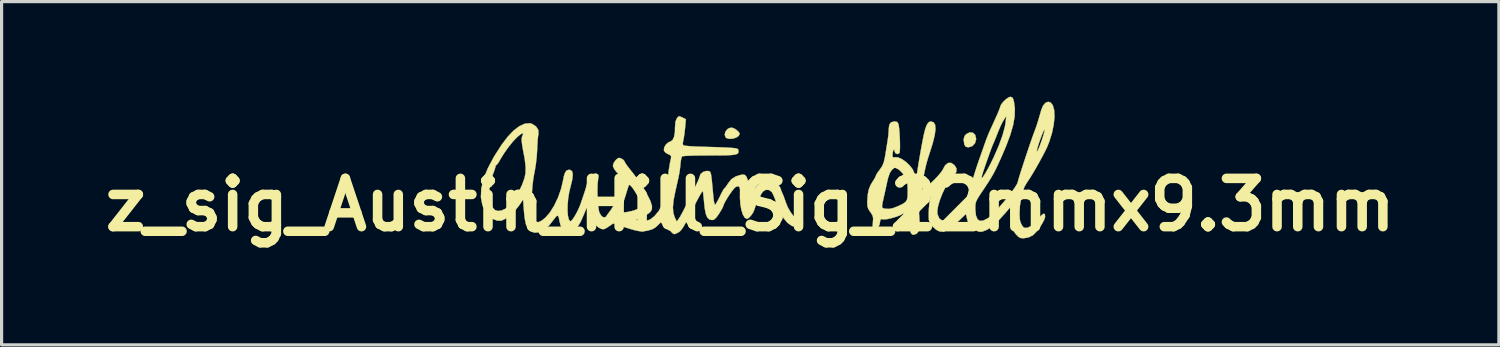
<source format=kicad_pcb>
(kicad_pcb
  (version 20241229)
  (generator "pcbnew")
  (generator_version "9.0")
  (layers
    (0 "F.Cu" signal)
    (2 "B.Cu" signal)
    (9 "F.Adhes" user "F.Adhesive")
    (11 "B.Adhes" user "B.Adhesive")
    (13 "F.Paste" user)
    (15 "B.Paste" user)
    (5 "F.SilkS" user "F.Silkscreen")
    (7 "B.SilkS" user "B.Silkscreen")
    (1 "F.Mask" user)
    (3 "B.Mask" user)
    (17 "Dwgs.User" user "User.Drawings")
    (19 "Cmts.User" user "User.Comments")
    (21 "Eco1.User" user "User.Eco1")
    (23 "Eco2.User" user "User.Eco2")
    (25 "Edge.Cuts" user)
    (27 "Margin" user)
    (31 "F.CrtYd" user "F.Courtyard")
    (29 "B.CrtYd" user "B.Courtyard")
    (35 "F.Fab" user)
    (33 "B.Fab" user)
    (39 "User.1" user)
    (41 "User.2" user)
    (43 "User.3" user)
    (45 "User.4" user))
  (footprint "z_sig_Austin_Hill_Sig_22mmx9.3mm"
    (layer "F.Cu")
    (at 20.618 3.411)
    (property "Reference" "z_sig_Austin_Hill_Sig_22mmx9.3mm" (at 0 0 0) (layer "F.SilkS") (effects (font (size 1.524 1.524) (thickness 0.3))))
    (attr through_hole)
    (fp_poly (pts (xy 7.024 -2.275) (xy 7.096 -2.206) (xy 7.125 -2.088) (xy 7.125 -2.064) (xy 7.088 -1.939) (xy 7.003 -1.85) (xy 6.886 -1.814) (xy 6.882 -1.814) (xy 6.799 -1.831) (xy 6.757 -1.895) (xy 6.751 -1.916) (xy 6.731 -2.063) (xy 6.76 -2.17) (xy 6.815 -2.231) (xy 6.926 -2.286) (xy 7.024 -2.275)) (stroke (width 0.01) (type solid)) (fill yes) (layer "F.SilkS"))
    (fp_poly (pts (xy -0.493 -2.402) (xy -0.449 -2.373) (xy -0.374 -2.308) (xy -0.335 -2.251) (xy -0.333 -2.242) (xy -0.366 -2.173) (xy -0.448 -2.119) (xy -0.557 -2.086) (xy -0.667 -2.08) (xy -0.755 -2.108) (xy -0.776 -2.127) (xy -0.806 -2.214) (xy -0.782 -2.311) (xy -0.714 -2.392) (xy -0.661 -2.421) (xy -0.577 -2.434) (xy -0.493 -2.402)) (stroke (width 0.01) (type solid)) (fill yes) (layer "F.SilkS"))
    (fp_poly (pts (xy 8.259 -3.393) (xy 8.295 -3.339) (xy 8.32 -3.249) (xy 8.348 -3.029) (xy 8.34 -2.787) (xy 8.293 -2.518) (xy 8.205 -2.211) (xy 8.074 -1.86) (xy 7.944 -1.555) (xy 7.841 -1.327) (xy 7.758 -1.149) (xy 7.683 -1.002) (xy 7.607 -0.868) (xy 7.52 -0.727) (xy 7.412 -0.563) (xy 7.357 -0.481) (xy 7.249 -0.32) (xy 7.176 -0.204) (xy 7.131 -0.116) (xy 7.108 -0.042) (xy 7.1 0.035) (xy 7.1 0.131) (xy 7.1 0.143) (xy 7.119 0.332) (xy 7.167 0.454) (xy 7.245 0.508) (xy 7.355 0.497) (xy 7.5 0.422) (xy 7.508 0.417) (xy 7.599 0.343) (xy 7.714 0.229) (xy 7.845 0.087) (xy 7.983 -0.073) (xy 8.119 -0.237) (xy 8.241 -0.396) (xy 8.342 -0.537) (xy 8.412 -0.649) (xy 8.442 -0.72) (xy 8.442 -0.725) (xy 8.453 -0.774) (xy 8.485 -0.881) (xy 8.532 -1.033) (xy 8.592 -1.217) (xy 8.659 -1.422) (xy 8.73 -1.635) (xy 8.746 -1.682) (xy 9.041 -1.682) (xy 9.056 -1.688) (xy 9.089 -1.753) (xy 9.136 -1.869) (xy 9.195 -2.032) (xy 9.2 -2.047) (xy 9.244 -2.185) (xy 9.275 -2.297) (xy 9.287 -2.365) (xy 9.286 -2.373) (xy 9.27 -2.359) (xy 9.237 -2.291) (xy 9.194 -2.186) (xy 9.147 -2.061) (xy 9.102 -1.933) (xy 9.067 -1.819) (xy 9.047 -1.74) (xy 9.041 -1.682) (xy 8.746 -1.682) (xy 8.8 -1.844) (xy 8.866 -2.035) (xy 8.923 -2.197) (xy 8.967 -2.318) (xy 8.981 -2.351) (xy 9.029 -2.485) (xy 9.088 -2.672) (xy 9.153 -2.893) (xy 9.178 -2.984) (xy 9.236 -3.126) (xy 9.313 -3.217) (xy 9.398 -3.251) (xy 9.48 -3.224) (xy 9.545 -3.139) (xy 9.588 -2.981) (xy 9.597 -2.773) (xy 9.573 -2.529) (xy 9.518 -2.265) (xy 9.434 -1.994) (xy 9.362 -1.814) (xy 9.305 -1.697) (xy 9.223 -1.539) (xy 9.125 -1.359) (xy 9.022 -1.176) (xy 8.924 -1.008) (xy 8.841 -0.872) (xy 8.791 -0.796) (xy 8.715 -0.681) (xy 8.649 -0.565) (xy 8.611 -0.461) (xy 8.571 -0.307) (xy 8.533 -0.125) (xy 8.502 0.06) (xy 8.483 0.225) (xy 8.48 0.307) (xy 8.495 0.442) (xy 8.534 0.574) (xy 8.589 0.677) (xy 8.645 0.727) (xy 8.746 0.727) (xy 8.869 0.663) (xy 9.005 0.537) (xy 9.07 0.461) (xy 9.177 0.338) (xy 9.252 0.282) (xy 9.293 0.291) (xy 9.301 0.367) (xy 9.299 0.391) (xy 9.267 0.484) (xy 9.199 0.609) (xy 9.109 0.744) (xy 9.011 0.867) (xy 8.921 0.957) (xy 8.918 0.959) (xy 8.78 1.028) (xy 8.618 1.056) (xy 8.529 1.048) (xy 8.461 1.01) (xy 8.381 0.93) (xy 8.346 0.883) (xy 8.294 0.8) (xy 8.261 0.716) (xy 8.241 0.609) (xy 8.229 0.457) (xy 8.226 0.401) (xy 8.21 0.068) (xy 8.041 0.265) (xy 7.827 0.5) (xy 7.64 0.672) (xy 7.476 0.785) (xy 7.329 0.842) (xy 7.245 0.852) (xy 7.168 0.831) (xy 7.067 0.78) (xy 7.031 0.756) (xy 6.935 0.674) (xy 6.878 0.575) (xy 6.848 0.475) (xy 6.804 0.289) (xy 6.577 0.506) (xy 6.387 0.677) (xy 6.231 0.788) (xy 6.098 0.843) (xy 5.981 0.843) (xy 5.871 0.791) (xy 5.77 0.702) (xy 5.696 0.62) (xy 5.654 0.553) (xy 5.634 0.475) (xy 5.629 0.361) (xy 5.629 0.285) (xy 5.635 0.123) (xy 5.649 -0.035) (xy 5.667 -0.144) (xy 5.687 -0.244) (xy 5.693 -0.309) (xy 5.691 -0.319) (xy 5.657 -0.307) (xy 5.584 -0.261) (xy 5.535 -0.227) (xy 5.417 -0.104) (xy 5.347 0.057) (xy 5.324 0.263) (xy 5.337 0.461) (xy 5.349 0.658) (xy 5.327 0.797) (xy 5.271 0.89) (xy 5.22 0.926) (xy 5.131 0.947) (xy 5.071 0.9) (xy 5.04 0.786) (xy 5.036 0.695) (xy 5.028 0.573) (xy 5 0.496) (xy 4.943 0.438) (xy 4.878 0.37) (xy 4.85 0.308) (xy 4.85 0.308) (xy 4.837 0.271) (xy 4.804 0.288) (xy 4.726 0.331) (xy 4.605 0.377) (xy 4.465 0.418) (xy 4.331 0.449) (xy 4.229 0.461) (xy 4.198 0.458) (xy 4.131 0.453) (xy 4.107 0.468) (xy 4.078 0.623) (xy 4.026 0.726) (xy 3.956 0.771) (xy 3.907 0.765) (xy 3.872 0.736) (xy 3.86 0.676) (xy 3.868 0.563) (xy 3.869 0.552) (xy 3.877 0.43) (xy 3.861 0.344) (xy 3.811 0.259) (xy 3.787 0.228) (xy 3.724 0.131) (xy 3.705 0.068) (xy 4.159 0.068) (xy 4.176 0.101) (xy 4.213 0.116) (xy 4.246 0.122) (xy 4.371 0.13) (xy 4.496 0.107) (xy 4.65 0.048) (xy 4.671 0.039) (xy 4.811 -0.028) (xy 4.898 -0.088) (xy 4.945 -0.161) (xy 4.964 -0.267) (xy 4.967 -0.425) (xy 4.967 -0.445) (xy 4.962 -0.612) (xy 4.946 -0.73) (xy 4.914 -0.826) (xy 4.874 -0.901) (xy 4.794 -1.01) (xy 4.701 -1.1) (xy 4.669 -1.122) (xy 4.59 -1.164) (xy 4.54 -1.163) (xy 4.484 -1.118) (xy 4.467 -1.101) (xy 4.403 -1.004) (xy 4.348 -0.846) (xy 4.318 -0.72) (xy 4.283 -0.558) (xy 4.249 -0.403) (xy 4.223 -0.287) (xy 4.221 -0.278) (xy 4.183 -0.108) (xy 4.162 0.002) (xy 4.159 0.068) (xy 3.705 0.068) (xy 3.695 0.038) (xy 3.691 -0.089) (xy 3.691 -0.111) (xy 3.707 -0.324) (xy 3.74 -0.487) (xy 3.797 -0.627) (xy 3.856 -0.724) (xy 3.917 -0.82) (xy 3.955 -0.894) (xy 3.962 -0.917) (xy 3.983 -0.964) (xy 4.038 -1.046) (xy 4.087 -1.11) (xy 4.161 -1.219) (xy 4.21 -1.334) (xy 4.246 -1.486) (xy 4.257 -1.551) (xy 4.285 -1.723) (xy 4.313 -1.898) (xy 4.335 -2.034) (xy 4.355 -2.182) (xy 4.367 -2.33) (xy 4.369 -2.388) (xy 4.385 -2.523) (xy 4.438 -2.6) (xy 4.536 -2.628) (xy 4.559 -2.629) (xy 4.637 -2.613) (xy 4.674 -2.55) (xy 4.68 -2.527) (xy 4.696 -2.413) (xy 4.709 -2.263) (xy 4.718 -2.097) (xy 4.723 -1.932) (xy 4.723 -1.787) (xy 4.717 -1.681) (xy 4.707 -1.633) (xy 4.652 -1.601) (xy 4.589 -1.618) (xy 4.555 -1.674) (xy 4.554 -1.684) (xy 4.545 -1.739) (xy 4.524 -1.736) (xy 4.502 -1.685) (xy 4.489 -1.61) (xy 4.488 -1.524) (xy 4.509 -1.494) (xy 4.566 -1.501) (xy 4.569 -1.502) (xy 4.67 -1.494) (xy 4.793 -1.437) (xy 4.922 -1.345) (xy 5.04 -1.231) (xy 5.129 -1.109) (xy 5.169 -1.015) (xy 5.198 -0.952) (xy 5.234 -0.923) (xy 5.257 -0.94) (xy 5.258 -0.953) (xy 5.266 -1.021) (xy 5.285 -1.15) (xy 5.314 -1.329) (xy 5.351 -1.546) (xy 5.394 -1.791) (xy 5.421 -1.939) (xy 5.471 -2.193) (xy 5.517 -2.38) (xy 5.563 -2.509) (xy 5.612 -2.588) (xy 5.666 -2.624) (xy 5.698 -2.629) (xy 5.784 -2.603) (xy 5.832 -2.524) (xy 5.844 -2.389) (xy 5.819 -2.196) (xy 5.756 -1.943) (xy 5.673 -1.677) (xy 5.609 -1.48) (xy 5.559 -1.308) (xy 5.518 -1.14) (xy 5.48 -0.952) (xy 5.441 -0.722) (xy 5.425 -0.62) (xy 5.418 -0.532) (xy 5.429 -0.484) (xy 5.434 -0.481) (xy 5.488 -0.507) (xy 5.576 -0.575) (xy 5.685 -0.673) (xy 5.802 -0.786) (xy 5.913 -0.902) (xy 6.004 -1.007) (xy 6.061 -1.088) (xy 6.071 -1.106) (xy 6.149 -1.247) (xy 6.24 -1.32) (xy 6.338 -1.323) (xy 6.439 -1.254) (xy 6.441 -1.252) (xy 6.505 -1.151) (xy 6.504 -1.047) (xy 6.437 -0.931) (xy 6.367 -0.854) (xy 6.261 -0.725) (xy 6.158 -0.554) (xy 6.063 -0.359) (xy 5.984 -0.158) (xy 5.927 0.032) (xy 5.901 0.194) (xy 5.907 0.296) (xy 5.961 0.426) (xy 6.042 0.489) (xy 6.151 0.484) (xy 6.287 0.411) (xy 6.453 0.271) (xy 6.517 0.206) (xy 6.628 0.087) (xy 6.722 -0.021) (xy 6.785 -0.101) (xy 6.799 -0.123) (xy 6.826 -0.189) (xy 6.867 -0.309) (xy 6.918 -0.466) (xy 6.972 -0.646) (xy 6.976 -0.659) (xy 7.035 -0.854) (xy 7.295 -0.854) (xy 7.309 -0.845) (xy 7.35 -0.893) (xy 7.412 -0.988) (xy 7.488 -1.12) (xy 7.572 -1.28) (xy 7.66 -1.457) (xy 7.683 -1.505) (xy 7.841 -1.867) (xy 7.958 -2.187) (xy 8.032 -2.459) (xy 8.054 -2.592) (xy 8.078 -2.795) (xy 8.001 -2.684) (xy 7.95 -2.597) (xy 7.887 -2.465) (xy 7.823 -2.314) (xy 7.811 -2.283) (xy 7.755 -2.141) (xy 7.706 -2.021) (xy 7.673 -1.943) (xy 7.668 -1.931) (xy 7.635 -1.855) (xy 7.595 -1.752) (xy 7.591 -1.74) (xy 7.484 -1.442) (xy 7.403 -1.208) (xy 7.345 -1.036) (xy 7.31 -0.922) (xy 7.295 -0.86) (xy 7.295 -0.854) (xy 7.035 -0.854) (xy 7.038 -0.864) (xy 7.103 -1.072) (xy 7.163 -1.257) (xy 7.206 -1.381) (xy 7.269 -1.56) (xy 7.338 -1.756) (xy 7.389 -1.902) (xy 7.444 -2.056) (xy 7.503 -2.206) (xy 7.546 -2.309) (xy 7.595 -2.416) (xy 7.662 -2.563) (xy 7.734 -2.722) (xy 7.751 -2.76) (xy 7.812 -2.898) (xy 7.859 -3.012) (xy 7.884 -3.083) (xy 7.887 -3.097) (xy 7.914 -3.164) (xy 7.982 -3.25) (xy 8.07 -3.333) (xy 8.154 -3.391) (xy 8.202 -3.406) (xy 8.259 -3.393)) (stroke (width 0.01) (type solid)) (fill yes) (layer "F.SilkS"))
    (fp_poly (pts (xy -2.155 -2.762) (xy -2.143 -2.756) (xy -2.031 -2.698) (xy -2.057 -2.414) (xy -2.074 -2.26) (xy -2.095 -2.12) (xy -2.114 -2.025) (xy -2.115 -2.02) (xy -2.129 -1.933) (xy -2.116 -1.879) (xy -2.116 -1.879) (xy -2.069 -1.866) (xy -1.964 -1.854) (xy -1.815 -1.843) (xy -1.638 -1.835) (xy -1.626 -1.835) (xy -1.291 -1.825) (xy -1.023 -1.817) (xy -0.813 -1.809) (xy -0.655 -1.801) (xy -0.542 -1.792) (xy -0.465 -1.783) (xy -0.417 -1.771) (xy -0.391 -1.757) (xy -0.38 -1.74) (xy -0.377 -1.727) (xy -0.371 -1.675) (xy -0.381 -1.635) (xy -0.416 -1.605) (xy -0.484 -1.584) (xy -0.592 -1.57) (xy -0.749 -1.562) (xy -0.962 -1.559) (xy -1.241 -1.558) (xy -1.286 -1.558) (xy -1.528 -1.557) (xy -1.746 -1.554) (xy -1.927 -1.548) (xy -2.062 -1.541) (xy -2.139 -1.532) (xy -2.153 -1.528) (xy -2.173 -1.476) (xy -2.192 -1.375) (xy -2.203 -1.276) (xy -2.212 -1.18) (xy -2.223 -1.094) (xy -2.237 -1.003) (xy -2.259 -0.891) (xy -2.291 -0.744) (xy -2.335 -0.548) (xy -2.365 -0.417) (xy -2.419 -0.145) (xy -2.44 0.072) (xy -2.429 0.245) (xy -2.387 0.387) (xy -2.382 0.396) (xy -2.32 0.526) (xy -2.254 0.439) (xy -2.207 0.366) (xy -2.133 0.23) (xy -2.031 0.031) (xy -1.899 -0.234) (xy -1.738 -0.564) (xy -1.68 -0.683) (xy -1.631 -0.793) (xy -1.599 -0.878) (xy -1.592 -0.909) (xy -1.56 -0.98) (xy -1.48 -1.039) (xy -1.382 -1.068) (xy -1.345 -1.067) (xy -1.31 -1.064) (xy -1.283 -1.056) (xy -1.261 -1.035) (xy -1.245 -0.991) (xy -1.23 -0.915) (xy -1.215 -0.799) (xy -1.199 -0.632) (xy -1.178 -0.406) (xy -1.164 -0.25) (xy -1.149 -0.125) (xy -1.13 -0.035) (xy -1.112 -0.000017) (xy -1.112 0) (xy -1.083 -0.031) (xy -1.034 -0.114) (xy -0.974 -0.231) (xy -0.96 -0.259) (xy -0.9 -0.382) (xy -0.85 -0.473) (xy -0.82 -0.517) (xy -0.817 -0.518) (xy -0.787 -0.547) (xy -0.734 -0.62) (xy -0.703 -0.67) (xy -0.595 -0.808) (xy -0.459 -0.895) (xy -0.303 -0.943) (xy -0.23 -0.954) (xy -0.174 -0.943) (xy -0.13 -0.902) (xy -0.092 -0.821) (xy -0.056 -0.692) (xy -0.017 -0.504) (xy 0.012 -0.352) (xy 0.026 -0.315) (xy 0.05 -0.336) (xy 0.086 -0.407) (xy 0.206 -0.603) (xy 0.362 -0.744) (xy 0.371 -0.75) (xy 0.489 -0.788) (xy 0.632 -0.779) (xy 0.77 -0.729) (xy 0.877 -0.645) (xy 0.888 -0.63) (xy 0.939 -0.551) (xy 0.963 -0.497) (xy 0.963 -0.494) (xy 0.979 -0.441) (xy 1.011 -0.37) (xy 1.048 -0.284) (xy 1.094 -0.158) (xy 1.126 -0.064) (xy 1.183 0.076) (xy 1.262 0.216) (xy 1.35 0.337) (xy 1.437 0.425) (xy 1.508 0.463) (xy 1.514 0.463) (xy 1.598 0.482) (xy 1.656 0.527) (xy 1.666 0.555) (xy 1.635 0.619) (xy 1.561 0.675) (xy 1.474 0.703) (xy 1.464 0.703) (xy 1.314 0.667) (xy 1.169 0.564) (xy 1.034 0.398) (xy 0.914 0.177) (xy 0.838 -0.02) (xy 0.786 -0.169) (xy 0.733 -0.299) (xy 0.691 -0.386) (xy 0.682 -0.4) (xy 0.597 -0.467) (xy 0.494 -0.474) (xy 0.401 -0.419) (xy 0.399 -0.417) (xy 0.346 -0.338) (xy 0.28 -0.215) (xy 0.214 -0.073) (xy 0.158 0.062) (xy 0.128 0.156) (xy 0.091 0.243) (xy 0.027 0.336) (xy -0.042 0.41) (xy -0.1 0.444) (xy -0.104 0.444) (xy -0.171 0.409) (xy -0.23 0.313) (xy -0.278 0.168) (xy -0.311 -0.013) (xy -0.325 -0.217) (xy -0.324 -0.343) (xy -0.323 -0.484) (xy -0.341 -0.563) (xy -0.382 -0.587) (xy -0.452 -0.567) (xy -0.456 -0.565) (xy -0.506 -0.52) (xy -0.579 -0.429) (xy -0.662 -0.311) (xy -0.742 -0.184) (xy -0.808 -0.069) (xy -0.846 0.016) (xy -0.852 0.041) (xy -0.87 0.086) (xy -0.919 0.174) (xy -0.982 0.277) (xy -1.069 0.399) (xy -1.139 0.464) (xy -1.199 0.481) (xy -1.288 0.463) (xy -1.354 0.402) (xy -1.401 0.29) (xy -1.435 0.117) (xy -1.449 -0.008) (xy -1.465 -0.168) (xy -1.479 -0.306) (xy -1.49 -0.402) (xy -1.493 -0.426) (xy -1.512 -0.421) (xy -1.558 -0.353) (xy -1.63 -0.228) (xy -1.723 -0.05) (xy -1.822 0.148) (xy -1.941 0.387) (xy -2.036 0.568) (xy -2.11 0.697) (xy -2.171 0.785) (xy -2.222 0.84) (xy -2.251 0.861) (xy -2.336 0.905) (xy -2.394 0.925) (xy -2.397 0.926) (xy -2.447 0.9) (xy -2.487 0.861) (xy -2.54 0.783) (xy -2.596 0.677) (xy -2.642 0.57) (xy -2.665 0.493) (xy -2.666 0.485) (xy -2.679 0.448) (xy -2.723 0.463) (xy -2.803 0.531) (xy -2.877 0.608) (xy -2.988 0.712) (xy -3.095 0.774) (xy -3.233 0.813) (xy -3.235 0.814) (xy -3.333 0.831) (xy -3.423 0.837) (xy -3.519 0.828) (xy -3.638 0.803) (xy -3.793 0.759) (xy -4 0.693) (xy -4.04 0.68) (xy -4.322 0.588) (xy -4.462 0.683) (xy -4.562 0.747) (xy -4.63 0.772) (xy -4.696 0.76) (xy -4.778 0.721) (xy -4.885 0.63) (xy -4.976 0.485) (xy -5.04 0.305) (xy -5.06 0.202) (xy -5.081 0.106) (xy -5.107 0.051) (xy -5.119 0.046) (xy -5.15 0.085) (xy -5.195 0.174) (xy -5.24 0.284) (xy -5.35 0.537) (xy -5.464 0.723) (xy -5.581 0.84) (xy -5.697 0.887) (xy -5.812 0.862) (xy -5.902 0.79) (xy -5.981 0.657) (xy -6.018 0.512) (xy -6.041 0.392) (xy -6.072 0.342) (xy -6.117 0.36) (xy -6.172 0.429) (xy -6.336 0.64) (xy -6.489 0.783) (xy -6.635 0.861) (xy -6.782 0.879) (xy -6.828 0.873) (xy -6.936 0.832) (xy -7.017 0.75) (xy -7.076 0.618) (xy -7.115 0.427) (xy -7.138 0.209) (xy -7.165 -0.167) (xy -7.291 0.019) (xy -7.47 0.245) (xy -7.653 0.405) (xy -7.835 0.494) (xy -7.855 0.5) (xy -7.986 0.498) (xy -8.128 0.442) (xy -8.26 0.343) (xy -8.341 0.244) (xy -8.449 0.014) (xy -8.497 -0.239) (xy -8.491 -0.368) (xy -8.244 -0.368) (xy -8.211 -0.118) (xy -8.2 -0.079) (xy -8.135 0.075) (xy -8.06 0.163) (xy -7.962 0.194) (xy -7.857 0.183) (xy -7.732 0.129) (xy -7.599 0.017) (xy -7.559 -0.025) (xy -7.43 -0.195) (xy -7.306 -0.403) (xy -7.2 -0.625) (xy -7.123 -0.837) (xy -7.089 -1) (xy -7.086 -1.193) (xy -7.112 -1.429) (xy -7.128 -1.518) (xy -7.17 -1.74) (xy -7.197 -1.901) (xy -7.21 -2.015) (xy -7.21 -2.094) (xy -7.199 -2.15) (xy -7.185 -2.18) (xy -7.163 -2.244) (xy -7.187 -2.256) (xy -7.253 -2.219) (xy -7.355 -2.134) (xy -7.371 -2.12) (xy -7.496 -1.986) (xy -7.636 -1.811) (xy -7.772 -1.617) (xy -7.886 -1.432) (xy -7.904 -1.398) (xy -7.956 -1.312) (xy -7.997 -1.263) (xy -8.006 -1.259) (xy -8.033 -1.23) (xy -8.035 -1.216) (xy -8.048 -1.161) (xy -8.081 -1.06) (xy -8.124 -0.947) (xy -8.214 -0.648) (xy -8.244 -0.368) (xy -8.491 -0.368) (xy -8.485 -0.516) (xy -8.412 -0.821) (xy -8.277 -1.156) (xy -8.08 -1.525) (xy -7.844 -1.894) (xy -7.653 -2.145) (xy -7.464 -2.343) (xy -7.281 -2.482) (xy -7.11 -2.56) (xy -6.955 -2.573) (xy -6.885 -2.554) (xy -6.758 -2.472) (xy -6.687 -2.362) (xy -6.682 -2.238) (xy -6.683 -2.231) (xy -6.696 -2.151) (xy -6.708 -2.019) (xy -6.718 -1.855) (xy -6.722 -1.74) (xy -6.736 -1.528) (xy -6.762 -1.297) (xy -6.795 -1.086) (xy -6.809 -1.018) (xy -6.844 -0.825) (xy -6.87 -0.605) (xy -6.888 -0.372) (xy -6.896 -0.14) (xy -6.894 0.075) (xy -6.883 0.258) (xy -6.861 0.394) (xy -6.836 0.461) (xy -6.765 0.534) (xy -6.683 0.547) (xy -6.578 0.499) (xy -6.458 0.401) (xy -6.318 0.238) (xy -6.183 0.021) (xy -6.064 -0.23) (xy -5.97 -0.496) (xy -5.913 -0.735) (xy -5.877 -0.912) (xy -5.838 -1.024) (xy -5.789 -1.085) (xy -5.722 -1.104) (xy -5.684 -1.102) (xy -5.622 -1.06) (xy -5.599 -0.957) (xy -5.615 -0.795) (xy -5.667 -0.585) (xy -5.712 -0.4) (xy -5.744 -0.202) (xy -5.761 -0.005) (xy -5.764 0.178) (xy -5.754 0.334) (xy -5.729 0.45) (xy -5.691 0.512) (xy -5.669 0.518) (xy -5.628 0.487) (xy -5.567 0.405) (xy -5.497 0.289) (xy -5.429 0.156) (xy -5.371 0.023) (xy -5.356 -0.019) (xy -5.277 -0.249) (xy -5.219 -0.422) (xy -5.179 -0.551) (xy -5.152 -0.648) (xy -5.135 -0.726) (xy -5.131 -0.746) (xy -5.084 -0.866) (xy -5.001 -0.952) (xy -4.9 -0.987) (xy -4.846 -0.98) (xy -4.8 -0.956) (xy -4.786 -0.909) (xy -4.798 -0.815) (xy -4.8 -0.802) (xy -4.815 -0.669) (xy -4.821 -0.496) (xy -4.819 -0.302) (xy -4.81 -0.108) (xy -4.794 0.065) (xy -4.772 0.198) (xy -4.757 0.249) (xy -4.695 0.352) (xy -4.627 0.399) (xy -4.563 0.385) (xy -4.538 0.355) (xy -4.485 0.279) (xy -4.442 0.224) (xy -4.11 0.224) (xy -4.077 0.241) (xy -3.991 0.241) (xy -3.869 0.225) (xy -3.73 0.195) (xy -3.666 0.177) (xy -3.531 0.125) (xy -3.46 0.066) (xy -3.443 0.008) (xy -3.46 -0.071) (xy -3.504 -0.18) (xy -3.567 -0.302) (xy -3.638 -0.423) (xy -3.71 -0.529) (xy -3.772 -0.603) (xy -3.816 -0.631) (xy -3.826 -0.626) (xy -3.842 -0.586) (xy -3.873 -0.493) (xy -3.912 -0.365) (xy -3.922 -0.333) (xy -3.969 -0.181) (xy -4.017 -0.04) (xy -4.055 0.06) (xy -4.057 0.066) (xy -4.093 0.157) (xy -4.11 0.219) (xy -4.11 0.224) (xy -4.442 0.224) (xy -4.423 0.2) (xy -4.261 -0.049) (xy -4.157 -0.337) (xy -4.117 -0.614) (xy -4.11 -0.763) (xy -4.113 -0.86) (xy -4.13 -0.925) (xy -4.167 -0.98) (xy -4.217 -1.032) (xy -4.291 -1.128) (xy -4.33 -1.22) (xy -4.332 -1.24) (xy -4.308 -1.321) (xy -4.249 -1.406) (xy -4.179 -1.467) (xy -4.138 -1.481) (xy -4.066 -1.46) (xy -3.996 -1.413) (xy -3.962 -1.363) (xy -3.962 -1.359) (xy -3.939 -1.313) (xy -3.878 -1.226) (xy -3.79 -1.112) (xy -3.727 -1.035) (xy -3.497 -0.734) (xy -3.303 -0.427) (xy -3.157 -0.135) (xy -3.141 -0.095) (xy -3.099 0.046) (xy -3.106 0.154) (xy -3.167 0.243) (xy -3.291 0.326) (xy -3.388 0.373) (xy -3.61 0.474) (xy -3.471 0.5) (xy -3.304 0.511) (xy -3.163 0.467) (xy -3.025 0.361) (xy -3.022 0.358) (xy -2.88 0.186) (xy -2.769 -0.028) (xy -2.686 -0.291) (xy -2.627 -0.614) (xy -2.61 -0.759) (xy -2.574 -1.066) (xy -2.532 -1.325) (xy -2.5 -1.471) (xy -2.497 -1.537) (xy -2.543 -1.578) (xy -2.589 -1.597) (xy -2.675 -1.647) (xy -2.724 -1.711) (xy -2.718 -1.8) (xy -2.666 -1.895) (xy -2.587 -1.968) (xy -2.525 -1.992) (xy -2.454 -2.038) (xy -2.403 -2.144) (xy -2.376 -2.298) (xy -2.374 -2.438) (xy -2.361 -2.618) (xy -2.32 -2.718) (xy -2.272 -2.781) (xy -2.228 -2.793) (xy -2.155 -2.762)) (stroke (width 0.01) (type solid)) (fill yes) (layer "F.SilkS")))
  (gr_rect
    (start -3 -3)
    (end 44.235 7.829)
    (stroke (width 0.1) (type default))
    (fill no)
    (layer "Edge.Cuts")))
</source>
